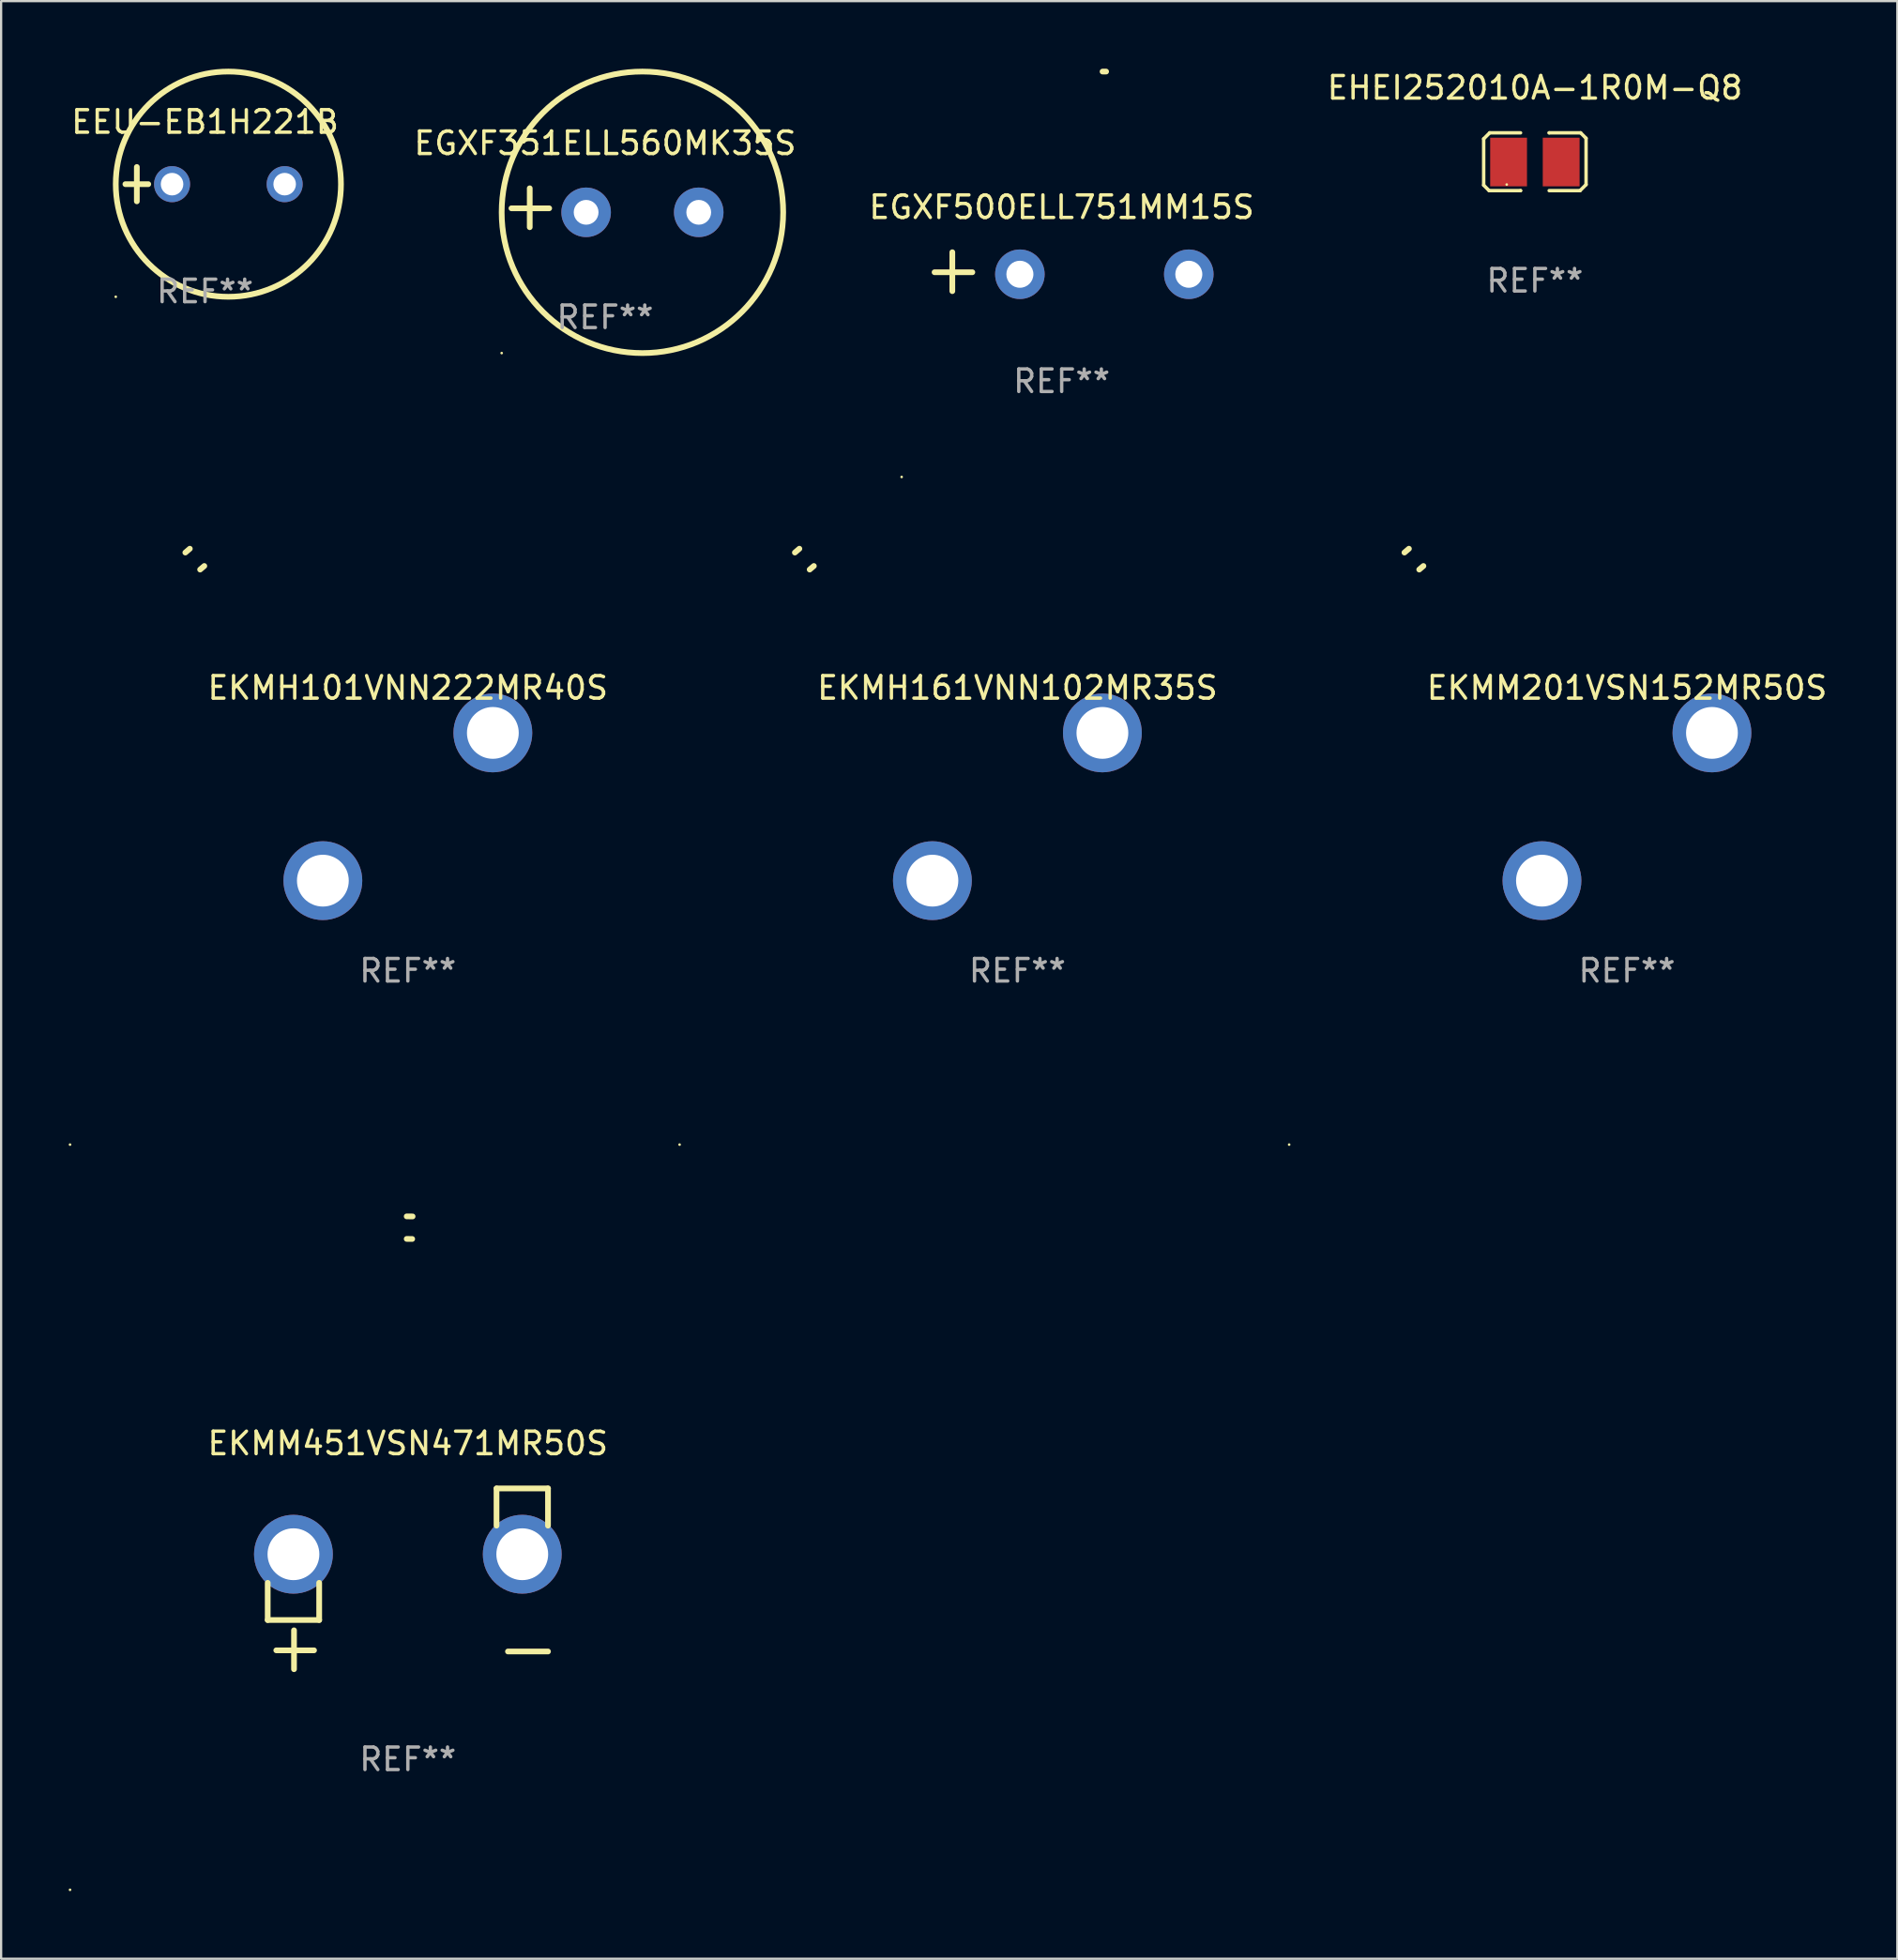
<source format=kicad_pcb>
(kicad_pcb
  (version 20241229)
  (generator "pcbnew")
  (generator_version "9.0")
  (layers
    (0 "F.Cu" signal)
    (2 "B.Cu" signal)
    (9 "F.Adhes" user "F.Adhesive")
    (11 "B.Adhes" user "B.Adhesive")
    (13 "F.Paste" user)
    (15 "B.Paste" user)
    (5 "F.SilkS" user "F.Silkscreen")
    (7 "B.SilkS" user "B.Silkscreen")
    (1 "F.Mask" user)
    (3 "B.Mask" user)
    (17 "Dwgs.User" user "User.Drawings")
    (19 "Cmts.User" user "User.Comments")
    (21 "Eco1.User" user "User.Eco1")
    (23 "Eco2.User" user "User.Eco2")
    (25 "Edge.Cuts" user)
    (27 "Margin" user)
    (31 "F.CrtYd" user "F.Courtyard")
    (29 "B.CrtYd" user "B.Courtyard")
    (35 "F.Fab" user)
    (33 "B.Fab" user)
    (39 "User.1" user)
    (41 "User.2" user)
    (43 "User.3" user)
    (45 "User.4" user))
  (footprint "EEU-EB1H221B"
    (layer "F.Cu")
    (at 6.054 5.127)
    (property "Reference" "EEU-EB1H221B" (at 0 -2.762 0) (layer "F.SilkS") (effects (font (size 1 1) (thickness 0.15))))
    (attr through_hole)
    (fp_line (start -3.536 0) (end -2.52 0) (stroke (width 0.254) (type solid)) (layer "F.SilkS"))
    (fp_line (start -3.028 -0.762) (end -3.028 0.762) (stroke (width 0.254) (type solid)) (layer "F.SilkS"))
    (fp_circle (center -3.964 5) (end -3.934 5) (stroke (width 0.06) (type solid)) (fill no) (layer "F.SilkS"))
    (fp_circle (center 1.036 0) (end 6.036 0) (stroke (width 0.254) (type solid)) (fill no) (layer "F.SilkS"))
    (fp_text user "REF**" (at 0 4.762 0) (layer "F.Fab") (effects (font (size 1 1) (thickness 0.15))))
    (pad "1" thru_hole circle (at -1.464 0) (size 1.6 1.6) (drill 1) (layers "*.Cu" "*.Mask"))
    (pad "2" thru_hole circle (at 3.536 0) (size 1.6 1.6) (drill 1) (layers "*.Cu" "*.Mask")))
  (footprint "EGXF351ELL560MK35S"
    (layer "F.Cu")
    (at 23.818 6.174)
    (property "Reference" "EGXF351ELL560MK35S" (at 0 -2.864 0) (layer "F.SilkS") (effects (font (size 1 1) (thickness 0.15))))
    (attr through_hole)
    (fp_line (start -3.346 0.864) (end -3.346 -0.864) (stroke (width 0.254) (type solid)) (layer "F.SilkS"))
    (fp_line (start -2.482 0.025) (end -4.158 0.025) (stroke (width 0.254) (type solid)) (layer "F.SilkS"))
    (fp_circle (center -4.592 6.453) (end -4.562 6.453) (stroke (width 0.06) (type solid)) (fill no) (layer "F.SilkS"))
    (fp_circle (center 1.658 0.203) (end 7.908 0.203) (stroke (width 0.254) (type solid)) (fill no) (layer "F.SilkS"))
    (fp_text user "REF**" (at 0 4.864 0) (layer "F.Fab") (effects (font (size 1 1) (thickness 0.15))))
    (pad "1" thru_hole circle (at -0.842 0.203) (size 2.2 2.2) (drill 1.1) (layers "*.Cu" "*.Mask"))
    (pad "2" thru_hole circle (at 4.158 0.203) (size 2.2 2.2) (drill 1.1) (layers "*.Cu" "*.Mask")))
  (footprint "EKMH161VNN102MR35S"
    (layer "F.Cu")
    (at 42.126 32.772)
    (property "Reference" "EKMH161VNN102MR35S" (at 0 -5.28 0) (layer "F.SilkS") (effects (font (size 1 1) (thickness 0.15))))
    (attr through_hole)
    (fp_arc (start -9.880163 -11.288367) (mid -9.781129 -11.37384) (end -9.681052 -11.45809) (stroke (width 0.254001) (type solid)) (layer "F.SilkS"))
    (fp_arc (start -9.223597 -10.533071) (mid -9.131245 -10.612672) (end -9.037923 -10.691135) (stroke (width 0.254001) (type solid)) (layer "F.SilkS"))
    (fp_circle (center -15 15) (end -14.97 15) (stroke (width 0.06) (type solid)) (fill no) (layer "F.SilkS"))
    (fp_text user "+" (at -2.209 6.481 0) (layer "B.Mask") (effects (font (size 1 1) (thickness 0.15))))
    (fp_text user "-" (at 3.791 -0.019 0) (layer "B.Mask") (effects (font (size 1 1) (thickness 0.15))))
    (fp_text user "REF**" (at 0 7.28 0) (layer "F.Fab") (effects (font (size 1 1) (thickness 0.15))))
    (pad "1" thru_hole circle (at -3.774 3.28) (size 3.5 3.5) (drill 2.3) (layers "*.Cu" "*.Mask"))
    (pad "2" thru_hole circle (at 3.774 -3.28) (size 3.5 3.5) (drill 2.3) (layers "*.Cu" "*.Mask")))
  (footprint "EHEI252010A-1R0M-Q8"
    (layer "F.Cu")
    (at 65.103 4.131)
    (property "Reference" "EHEI252010A-1R0M-Q8" (at 0 -3.283 0) (layer "F.SilkS") (effects (font (size 1 1) (thickness 0.15))))
    (attr through_hole)
    (fp_line (start -2.273 -1.016) (end -2.007 -1.283) (stroke (width 0.152) (type solid)) (layer "F.SilkS"))
    (fp_line (start -2.273 1.041) (end -2.273 -1.016) (stroke (width 0.152) (type solid)) (layer "F.SilkS"))
    (fp_line (start -2.032 1.283) (end -2.273 1.041) (stroke (width 0.152) (type solid)) (layer "F.SilkS"))
    (fp_line (start -2.007 -1.283) (end -0.635 -1.283) (stroke (width 0.152) (type solid)) (layer "F.SilkS"))
    (fp_line (start -0.635 1.283) (end -2.032 1.283) (stroke (width 0.152) (type solid)) (layer "F.SilkS"))
    (fp_line (start -0.635 1.283) (end -0.635 1.283) (stroke (width 0.152) (type solid)) (layer "F.SilkS"))
    (fp_line (start 0.635 -1.283) (end 0.635 -1.283) (stroke (width 0.152) (type solid)) (layer "F.SilkS"))
    (fp_line (start 0.635 -1.283) (end 2.032 -1.283) (stroke (width 0.152) (type solid)) (layer "F.SilkS"))
    (fp_line (start 2.007 1.283) (end 0.635 1.283) (stroke (width 0.152) (type solid)) (layer "F.SilkS"))
    (fp_line (start 2.032 -1.283) (end 2.273 -1.041) (stroke (width 0.152) (type solid)) (layer "F.SilkS"))
    (fp_line (start 2.273 -1.041) (end 2.273 1.016) (stroke (width 0.152) (type solid)) (layer "F.SilkS"))
    (fp_line (start 2.273 1.016) (end 2.007 1.283) (stroke (width 0.152) (type solid)) (layer "F.SilkS"))
    (fp_circle (center -1.25 1.013) (end -1.22 1.013) (stroke (width 0.06) (type solid)) (fill no) (layer "F.SilkS"))
    (fp_text user "REF**" (at 0 5.283 0) (layer "F.Fab") (effects (font (size 1 1) (thickness 0.15))))
    (pad "1" smd rect (at -1.167 0.013) (size 1.635 2.16) (layers "F.Cu" "F.Mask" "F.Paste"))
    (pad "2" smd rect (at 1.168 0.013) (size 1.635 2.16) (layers "F.Cu" "F.Mask" "F.Paste")))
  (footprint "EKMM201VSN152MR50S"
    (layer "F.Cu")
    (at 69.192 32.772)
    (property "Reference" "EKMM201VSN152MR50S" (at 0 -5.28 0) (layer "F.SilkS") (effects (font (size 1 1) (thickness 0.15))))
    (attr through_hole)
    (fp_arc (start -9.880163 -11.288367) (mid -9.781129 -11.37384) (end -9.681052 -11.45809) (stroke (width 0.254001) (type solid)) (layer "F.SilkS"))
    (fp_arc (start -9.223597 -10.533071) (mid -9.131245 -10.612672) (end -9.037923 -10.691135) (stroke (width 0.254001) (type solid)) (layer "F.SilkS"))
    (fp_circle (center -15 15) (end -14.97 15) (stroke (width 0.06) (type solid)) (fill no) (layer "F.SilkS"))
    (fp_text user "-" (at 3.791 -0.019 0) (layer "B.Mask") (effects (font (size 1 1) (thickness 0.15))))
    (fp_text user "+" (at -2.209 6.481 0) (layer "B.Mask") (effects (font (size 1 1) (thickness 0.15))))
    (fp_text user "REF**" (at 0 7.28 0) (layer "F.Fab") (effects (font (size 1 1) (thickness 0.15))))
    (pad "1" thru_hole circle (at -3.774 3.28) (size 3.5 3.5) (drill 2.3) (layers "*.Cu" "*.Mask"))
    (pad "2" thru_hole circle (at 3.774 -3.28) (size 3.5 3.5) (drill 2.3) (layers "*.Cu" "*.Mask")))
  (footprint "EKMH101VNN222MR40S"
    (layer "F.Cu")
    (at 15.06 32.772)
    (property "Reference" "EKMH101VNN222MR40S" (at 0 -5.28 0) (layer "F.SilkS") (effects (font (size 1 1) (thickness 0.15))))
    (attr through_hole)
    (fp_arc (start -9.880163 -11.288367) (mid -9.781129 -11.37384) (end -9.681052 -11.45809) (stroke (width 0.254001) (type solid)) (layer "F.SilkS"))
    (fp_arc (start -9.223597 -10.533071) (mid -9.131245 -10.612672) (end -9.037923 -10.691135) (stroke (width 0.254001) (type solid)) (layer "F.SilkS"))
    (fp_circle (center -15 15) (end -14.97 15) (stroke (width 0.06) (type solid)) (fill no) (layer "F.SilkS"))
    (fp_text user "+" (at -2.209 6.481 0) (layer "B.Mask") (effects (font (size 1 1) (thickness 0.15))))
    (fp_text user "-" (at 3.791 -0.019 0) (layer "B.Mask") (effects (font (size 1 1) (thickness 0.15))))
    (fp_text user "REF**" (at 0 7.28 0) (layer "F.Fab") (effects (font (size 1 1) (thickness 0.15))))
    (pad "1" thru_hole circle (at -3.774 3.28) (size 3.5 3.5) (drill 2.3) (layers "*.Cu" "*.Mask"))
    (pad "2" thru_hole circle (at 3.774 -3.28) (size 3.5 3.5) (drill 2.3) (layers "*.Cu" "*.Mask")))
  (footprint "EKMM451VSN471MR50S"
    (layer "F.Cu")
    (at 15.06 67.052)
    (property "Reference" "EKMM451VSN471MR50S" (at 0 -6.013 0) (layer "F.SilkS") (effects (font (size 1 1) (thickness 0.15))))
    (attr through_hole)
    (fp_line (start -6.223 0.178) (end -6.223 1.829) (stroke (width 0.254) (type solid)) (layer "F.SilkS"))
    (fp_line (start -6.223 1.829) (end -3.937 1.829) (stroke (width 0.254) (type solid)) (layer "F.SilkS"))
    (fp_line (start -5.055 4.013) (end -5.055 2.286) (stroke (width 0.254) (type solid)) (layer "F.SilkS"))
    (fp_line (start -4.166 3.175) (end -5.842 3.175) (stroke (width 0.254) (type solid)) (layer "F.SilkS"))
    (fp_line (start -3.937 1.829) (end -3.937 0.178) (stroke (width 0.254) (type solid)) (layer "F.SilkS"))
    (fp_line (start 3.937 -4.013) (end 3.937 -2.362) (stroke (width 0.254) (type solid)) (layer "F.SilkS"))
    (fp_line (start 6.223 -4.013) (end 3.937 -4.013) (stroke (width 0.254) (type solid)) (layer "F.SilkS"))
    (fp_line (start 6.223 -2.362) (end 6.223 -4.013) (stroke (width 0.254) (type solid)) (layer "F.SilkS"))
    (fp_line (start 6.223 3.226) (end 4.445 3.226) (stroke (width 0.254) (type solid)) (layer "F.SilkS"))
    (fp_arc (start -0.0508 -16.093472) (mid 0.080016 -16.092762) (end 0.210821 -16.090932) (stroke (width 0.254001) (type solid)) (layer "F.SilkS"))
    (fp_arc (start -0.0508 -15.09271) (mid 0.071125 -15.091961) (end 0.19304 -15.09017) (stroke (width 0.254001) (type solid)) (layer "F.SilkS"))
    (fp_circle (center -15 13.808) (end -14.97 13.808) (stroke (width 0.06) (type solid)) (fill no) (layer "F.SilkS"))
    (fp_text user "REF**" (at 0 8.013 0) (layer "F.Fab") (effects (font (size 1 1) (thickness 0.15))))
    (pad "1" thru_hole circle (at -5.08 -1.092) (size 3.5 3.5) (drill 2.3) (layers "*.Cu" "*.Mask"))
    (pad "2" thru_hole circle (at 5.08 -1.092) (size 3.5 3.5) (drill 2.3) (layers "*.Cu" "*.Mask")))
  (footprint "EGXF500ELL751MM15S"
    (layer "F.Cu")
    (at 44.092 9.013)
    (property "Reference" "EGXF500ELL751MM15S" (at 0 -2.864 0) (layer "F.SilkS") (effects (font (size 1 1) (thickness 0.15))))
    (attr through_hole)
    (fp_line (start -4.856 0.864) (end -4.856 -0.864) (stroke (width 0.254) (type solid)) (layer "F.SilkS"))
    (fp_line (start -3.967 0.025) (end -5.644 0.025) (stroke (width 0.254) (type solid)) (layer "F.SilkS"))
    (fp_arc (start 1.815024 -8.885649) (mid 1.893764 -8.88599) (end 1.972504 -8.885649) (stroke (width 0.254001) (type solid)) (layer "F.SilkS"))
    (fp_circle (center -7.106 9.114) (end -7.076 9.114) (stroke (width 0.06) (type solid)) (fill no) (layer "F.SilkS"))
    (fp_text user "REF**" (at 0 4.864 0) (layer "F.Fab") (effects (font (size 1 1) (thickness 0.15))))
    (pad "1" thru_hole circle (at -1.856 0.114) (size 2.2 2.2) (drill 1.2) (layers "*.Cu" "*.Mask"))
    (pad "2" thru_hole circle (at 5.644 0.114) (size 2.2 2.2) (drill 1.2) (layers "*.Cu" "*.Mask")))
  (gr_rect
    (start -3 -3)
    (end 81.198 83.92)
    (stroke (width 0.1) (type default))
    (fill no)
    (layer "Edge.Cuts")))
</source>
